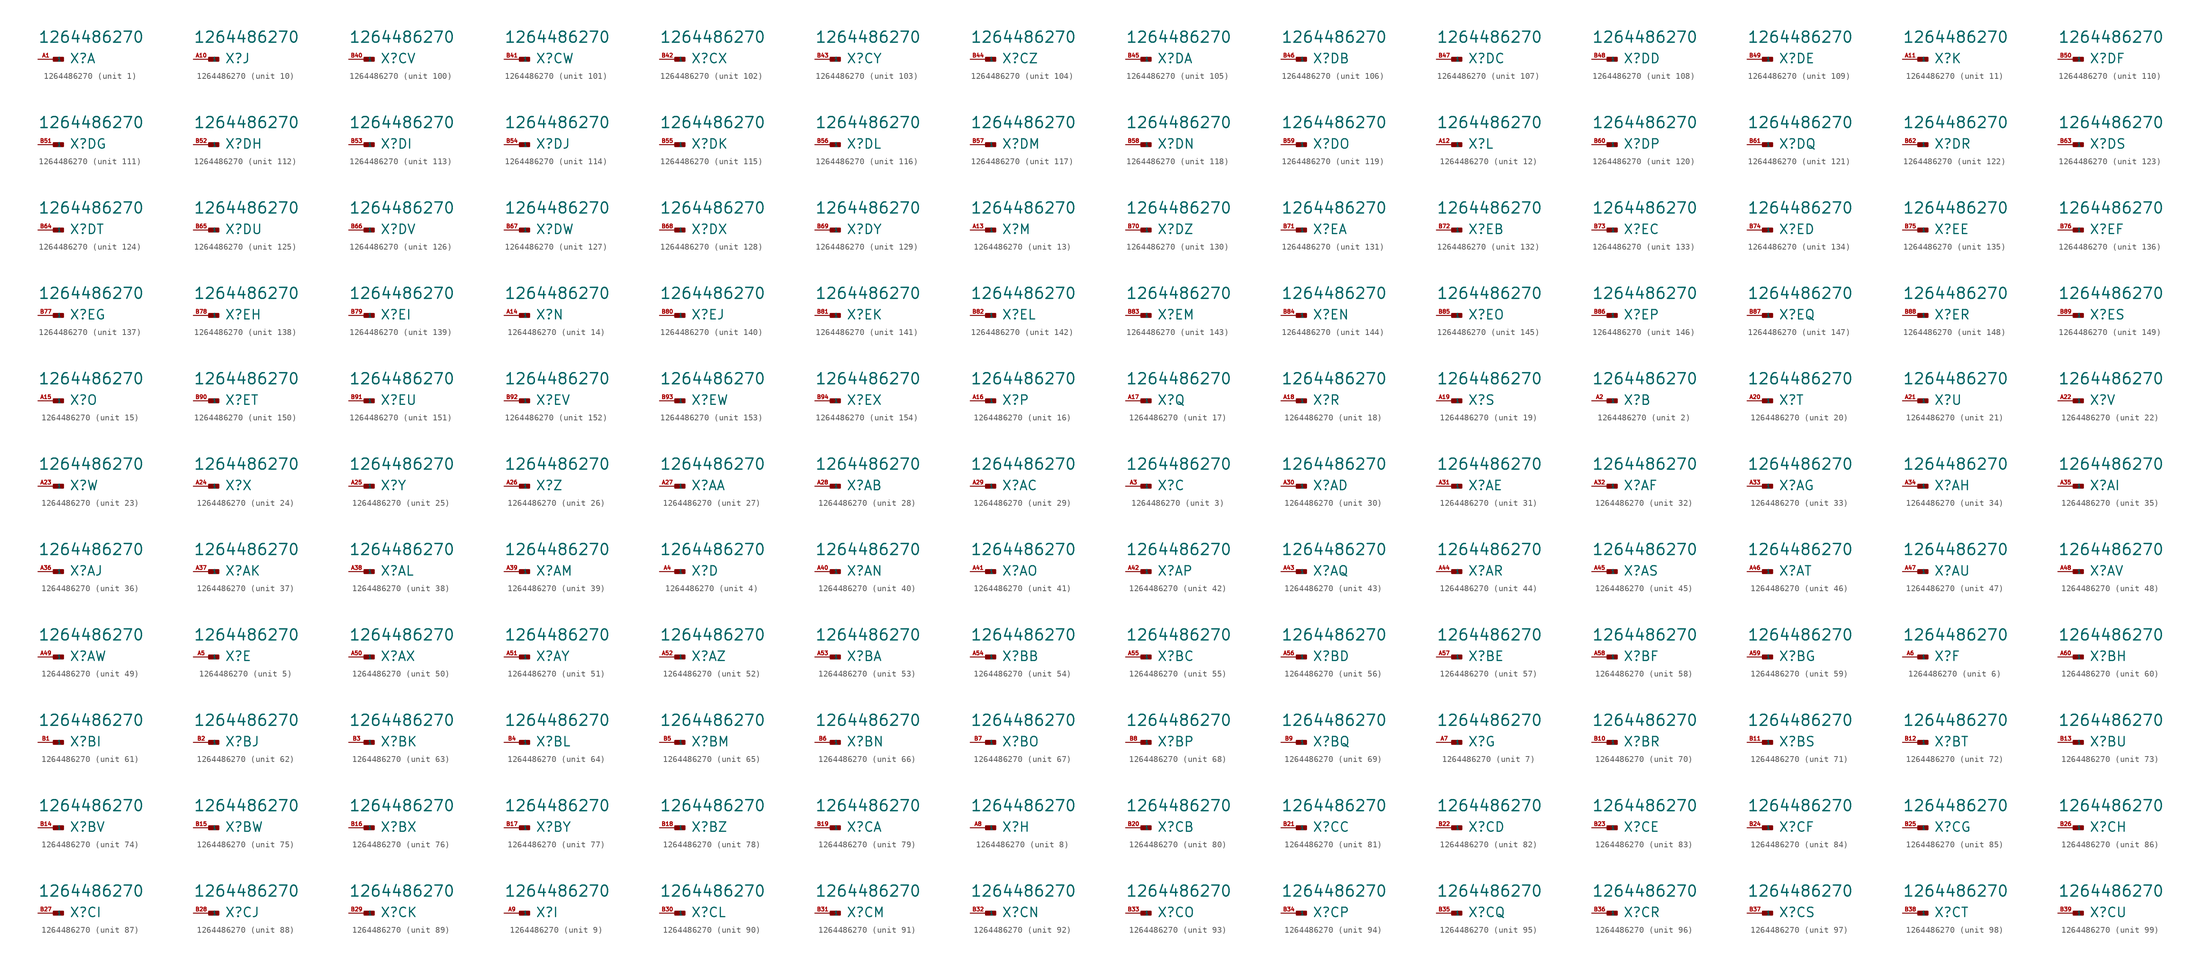
<source format=kicad_sym>
(kicad_symbol_lib
  (version 20220914)
  (generator Eagle2Kicad)
  (symbol "1264486270"
    (property "Reference" "X"
      (at 2.54 -0.762 0)
      (effects (font (size 1.524 1.524) (thickness 0.19)) (justify left bottom)))
    (property "Value" "1264486270"
      (at -2.54 2.54 0)
      (effects (font (size 1.778 1.778) (thickness 0.22)) (justify left bottom)))
    (symbol "1264486270_1_0"
      (rectangle (start 0 -0.254) (end 1.524 0.254) (stroke (width 0.3) (type default)) (fill (type outline)))
      (pin passive line (at -2.54 0 0) (length 2.54) (name "1" (effects (font (size 0.635 0.635) (thickness 0.08)) (justify left bottom))) (number "A1" (effects (font (size 0.635 0.635) (thickness 0.08)) (justify left bottom)))))
    (symbol "1264486270_2_0"
      (rectangle (start 0 -0.254) (end 1.524 0.254) (stroke (width 0.3) (type default)) (fill (type outline)))
      (pin passive line (at -2.54 0 0) (length 2.54) (name "1" (effects (font (size 0.635 0.635) (thickness 0.08)) (justify left bottom))) (number "A2" (effects (font (size 0.635 0.635) (thickness 0.08)) (justify left bottom)))))
    (symbol "1264486270_3_0"
      (rectangle (start 0 -0.254) (end 1.524 0.254) (stroke (width 0.3) (type default)) (fill (type outline)))
      (pin passive line (at -2.54 0 0) (length 2.54) (name "1" (effects (font (size 0.635 0.635) (thickness 0.08)) (justify left bottom))) (number "A3" (effects (font (size 0.635 0.635) (thickness 0.08)) (justify left bottom)))))
    (symbol "1264486270_4_0"
      (rectangle (start 0 -0.254) (end 1.524 0.254) (stroke (width 0.3) (type default)) (fill (type outline)))
      (pin passive line (at -2.54 0 0) (length 2.54) (name "1" (effects (font (size 0.635 0.635) (thickness 0.08)) (justify left bottom))) (number "A4" (effects (font (size 0.635 0.635) (thickness 0.08)) (justify left bottom)))))
    (symbol "1264486270_5_0"
      (rectangle (start 0 -0.254) (end 1.524 0.254) (stroke (width 0.3) (type default)) (fill (type outline)))
      (pin passive line (at -2.54 0 0) (length 2.54) (name "1" (effects (font (size 0.635 0.635) (thickness 0.08)) (justify left bottom))) (number "A5" (effects (font (size 0.635 0.635) (thickness 0.08)) (justify left bottom)))))
    (symbol "1264486270_6_0"
      (rectangle (start 0 -0.254) (end 1.524 0.254) (stroke (width 0.3) (type default)) (fill (type outline)))
      (pin passive line (at -2.54 0 0) (length 2.54) (name "1" (effects (font (size 0.635 0.635) (thickness 0.08)) (justify left bottom))) (number "A6" (effects (font (size 0.635 0.635) (thickness 0.08)) (justify left bottom)))))
    (symbol "1264486270_7_0"
      (rectangle (start 0 -0.254) (end 1.524 0.254) (stroke (width 0.3) (type default)) (fill (type outline)))
      (pin passive line (at -2.54 0 0) (length 2.54) (name "1" (effects (font (size 0.635 0.635) (thickness 0.08)) (justify left bottom))) (number "A7" (effects (font (size 0.635 0.635) (thickness 0.08)) (justify left bottom)))))
    (symbol "1264486270_8_0"
      (rectangle (start 0 -0.254) (end 1.524 0.254) (stroke (width 0.3) (type default)) (fill (type outline)))
      (pin passive line (at -2.54 0 0) (length 2.54) (name "1" (effects (font (size 0.635 0.635) (thickness 0.08)) (justify left bottom))) (number "A8" (effects (font (size 0.635 0.635) (thickness 0.08)) (justify left bottom)))))
    (symbol "1264486270_9_0"
      (rectangle (start 0 -0.254) (end 1.524 0.254) (stroke (width 0.3) (type default)) (fill (type outline)))
      (pin passive line (at -2.54 0 0) (length 2.54) (name "1" (effects (font (size 0.635 0.635) (thickness 0.08)) (justify left bottom))) (number "A9" (effects (font (size 0.635 0.635) (thickness 0.08)) (justify left bottom)))))
    (symbol "1264486270_10_0"
      (rectangle (start 0 -0.254) (end 1.524 0.254) (stroke (width 0.3) (type default)) (fill (type outline)))
      (pin passive line (at -2.54 0 0) (length 2.54) (name "1" (effects (font (size 0.635 0.635) (thickness 0.08)) (justify left bottom))) (number "A10" (effects (font (size 0.635 0.635) (thickness 0.08)) (justify left bottom)))))
    (symbol "1264486270_11_0"
      (rectangle (start 0 -0.254) (end 1.524 0.254) (stroke (width 0.3) (type default)) (fill (type outline)))
      (pin passive line (at -2.54 0 0) (length 2.54) (name "1" (effects (font (size 0.635 0.635) (thickness 0.08)) (justify left bottom))) (number "A11" (effects (font (size 0.635 0.635) (thickness 0.08)) (justify left bottom)))))
    (symbol "1264486270_12_0"
      (rectangle (start 0 -0.254) (end 1.524 0.254) (stroke (width 0.3) (type default)) (fill (type outline)))
      (pin passive line (at -2.54 0 0) (length 2.54) (name "1" (effects (font (size 0.635 0.635) (thickness 0.08)) (justify left bottom))) (number "A12" (effects (font (size 0.635 0.635) (thickness 0.08)) (justify left bottom)))))
    (symbol "1264486270_13_0"
      (rectangle (start 0 -0.254) (end 1.524 0.254) (stroke (width 0.3) (type default)) (fill (type outline)))
      (pin passive line (at -2.54 0 0) (length 2.54) (name "1" (effects (font (size 0.635 0.635) (thickness 0.08)) (justify left bottom))) (number "A13" (effects (font (size 0.635 0.635) (thickness 0.08)) (justify left bottom)))))
    (symbol "1264486270_14_0"
      (rectangle (start 0 -0.254) (end 1.524 0.254) (stroke (width 0.3) (type default)) (fill (type outline)))
      (pin passive line (at -2.54 0 0) (length 2.54) (name "1" (effects (font (size 0.635 0.635) (thickness 0.08)) (justify left bottom))) (number "A14" (effects (font (size 0.635 0.635) (thickness 0.08)) (justify left bottom)))))
    (symbol "1264486270_15_0"
      (rectangle (start 0 -0.254) (end 1.524 0.254) (stroke (width 0.3) (type default)) (fill (type outline)))
      (pin passive line (at -2.54 0 0) (length 2.54) (name "1" (effects (font (size 0.635 0.635) (thickness 0.08)) (justify left bottom))) (number "A15" (effects (font (size 0.635 0.635) (thickness 0.08)) (justify left bottom)))))
    (symbol "1264486270_16_0"
      (rectangle (start 0 -0.254) (end 1.524 0.254) (stroke (width 0.3) (type default)) (fill (type outline)))
      (pin passive line (at -2.54 0 0) (length 2.54) (name "1" (effects (font (size 0.635 0.635) (thickness 0.08)) (justify left bottom))) (number "A16" (effects (font (size 0.635 0.635) (thickness 0.08)) (justify left bottom)))))
    (symbol "1264486270_17_0"
      (rectangle (start 0 -0.254) (end 1.524 0.254) (stroke (width 0.3) (type default)) (fill (type outline)))
      (pin passive line (at -2.54 0 0) (length 2.54) (name "1" (effects (font (size 0.635 0.635) (thickness 0.08)) (justify left bottom))) (number "A17" (effects (font (size 0.635 0.635) (thickness 0.08)) (justify left bottom)))))
    (symbol "1264486270_18_0"
      (rectangle (start 0 -0.254) (end 1.524 0.254) (stroke (width 0.3) (type default)) (fill (type outline)))
      (pin passive line (at -2.54 0 0) (length 2.54) (name "1" (effects (font (size 0.635 0.635) (thickness 0.08)) (justify left bottom))) (number "A18" (effects (font (size 0.635 0.635) (thickness 0.08)) (justify left bottom)))))
    (symbol "1264486270_19_0"
      (rectangle (start 0 -0.254) (end 1.524 0.254) (stroke (width 0.3) (type default)) (fill (type outline)))
      (pin passive line (at -2.54 0 0) (length 2.54) (name "1" (effects (font (size 0.635 0.635) (thickness 0.08)) (justify left bottom))) (number "A19" (effects (font (size 0.635 0.635) (thickness 0.08)) (justify left bottom)))))
    (symbol "1264486270_20_0"
      (rectangle (start 0 -0.254) (end 1.524 0.254) (stroke (width 0.3) (type default)) (fill (type outline)))
      (pin passive line (at -2.54 0 0) (length 2.54) (name "1" (effects (font (size 0.635 0.635) (thickness 0.08)) (justify left bottom))) (number "A20" (effects (font (size 0.635 0.635) (thickness 0.08)) (justify left bottom)))))
    (symbol "1264486270_21_0"
      (rectangle (start 0 -0.254) (end 1.524 0.254) (stroke (width 0.3) (type default)) (fill (type outline)))
      (pin passive line (at -2.54 0 0) (length 2.54) (name "1" (effects (font (size 0.635 0.635) (thickness 0.08)) (justify left bottom))) (number "A21" (effects (font (size 0.635 0.635) (thickness 0.08)) (justify left bottom)))))
    (symbol "1264486270_22_0"
      (rectangle (start 0 -0.254) (end 1.524 0.254) (stroke (width 0.3) (type default)) (fill (type outline)))
      (pin passive line (at -2.54 0 0) (length 2.54) (name "1" (effects (font (size 0.635 0.635) (thickness 0.08)) (justify left bottom))) (number "A22" (effects (font (size 0.635 0.635) (thickness 0.08)) (justify left bottom)))))
    (symbol "1264486270_23_0"
      (rectangle (start 0 -0.254) (end 1.524 0.254) (stroke (width 0.3) (type default)) (fill (type outline)))
      (pin passive line (at -2.54 0 0) (length 2.54) (name "1" (effects (font (size 0.635 0.635) (thickness 0.08)) (justify left bottom))) (number "A23" (effects (font (size 0.635 0.635) (thickness 0.08)) (justify left bottom)))))
    (symbol "1264486270_24_0"
      (rectangle (start 0 -0.254) (end 1.524 0.254) (stroke (width 0.3) (type default)) (fill (type outline)))
      (pin passive line (at -2.54 0 0) (length 2.54) (name "1" (effects (font (size 0.635 0.635) (thickness 0.08)) (justify left bottom))) (number "A24" (effects (font (size 0.635 0.635) (thickness 0.08)) (justify left bottom)))))
    (symbol "1264486270_25_0"
      (rectangle (start 0 -0.254) (end 1.524 0.254) (stroke (width 0.3) (type default)) (fill (type outline)))
      (pin passive line (at -2.54 0 0) (length 2.54) (name "1" (effects (font (size 0.635 0.635) (thickness 0.08)) (justify left bottom))) (number "A25" (effects (font (size 0.635 0.635) (thickness 0.08)) (justify left bottom)))))
    (symbol "1264486270_26_0"
      (rectangle (start 0 -0.254) (end 1.524 0.254) (stroke (width 0.3) (type default)) (fill (type outline)))
      (pin passive line (at -2.54 0 0) (length 2.54) (name "1" (effects (font (size 0.635 0.635) (thickness 0.08)) (justify left bottom))) (number "A26" (effects (font (size 0.635 0.635) (thickness 0.08)) (justify left bottom)))))
    (symbol "1264486270_27_0"
      (rectangle (start 0 -0.254) (end 1.524 0.254) (stroke (width 0.3) (type default)) (fill (type outline)))
      (pin passive line (at -2.54 0 0) (length 2.54) (name "1" (effects (font (size 0.635 0.635) (thickness 0.08)) (justify left bottom))) (number "A27" (effects (font (size 0.635 0.635) (thickness 0.08)) (justify left bottom)))))
    (symbol "1264486270_28_0"
      (rectangle (start 0 -0.254) (end 1.524 0.254) (stroke (width 0.3) (type default)) (fill (type outline)))
      (pin passive line (at -2.54 0 0) (length 2.54) (name "1" (effects (font (size 0.635 0.635) (thickness 0.08)) (justify left bottom))) (number "A28" (effects (font (size 0.635 0.635) (thickness 0.08)) (justify left bottom)))))
    (symbol "1264486270_29_0"
      (rectangle (start 0 -0.254) (end 1.524 0.254) (stroke (width 0.3) (type default)) (fill (type outline)))
      (pin passive line (at -2.54 0 0) (length 2.54) (name "1" (effects (font (size 0.635 0.635) (thickness 0.08)) (justify left bottom))) (number "A29" (effects (font (size 0.635 0.635) (thickness 0.08)) (justify left bottom)))))
    (symbol "1264486270_30_0"
      (rectangle (start 0 -0.254) (end 1.524 0.254) (stroke (width 0.3) (type default)) (fill (type outline)))
      (pin passive line (at -2.54 0 0) (length 2.54) (name "1" (effects (font (size 0.635 0.635) (thickness 0.08)) (justify left bottom))) (number "A30" (effects (font (size 0.635 0.635) (thickness 0.08)) (justify left bottom)))))
    (symbol "1264486270_31_0"
      (rectangle (start 0 -0.254) (end 1.524 0.254) (stroke (width 0.3) (type default)) (fill (type outline)))
      (pin passive line (at -2.54 0 0) (length 2.54) (name "1" (effects (font (size 0.635 0.635) (thickness 0.08)) (justify left bottom))) (number "A31" (effects (font (size 0.635 0.635) (thickness 0.08)) (justify left bottom)))))
    (symbol "1264486270_32_0"
      (rectangle (start 0 -0.254) (end 1.524 0.254) (stroke (width 0.3) (type default)) (fill (type outline)))
      (pin passive line (at -2.54 0 0) (length 2.54) (name "1" (effects (font (size 0.635 0.635) (thickness 0.08)) (justify left bottom))) (number "A32" (effects (font (size 0.635 0.635) (thickness 0.08)) (justify left bottom)))))
    (symbol "1264486270_33_0"
      (rectangle (start 0 -0.254) (end 1.524 0.254) (stroke (width 0.3) (type default)) (fill (type outline)))
      (pin passive line (at -2.54 0 0) (length 2.54) (name "1" (effects (font (size 0.635 0.635) (thickness 0.08)) (justify left bottom))) (number "A33" (effects (font (size 0.635 0.635) (thickness 0.08)) (justify left bottom)))))
    (symbol "1264486270_34_0"
      (rectangle (start 0 -0.254) (end 1.524 0.254) (stroke (width 0.3) (type default)) (fill (type outline)))
      (pin passive line (at -2.54 0 0) (length 2.54) (name "1" (effects (font (size 0.635 0.635) (thickness 0.08)) (justify left bottom))) (number "A34" (effects (font (size 0.635 0.635) (thickness 0.08)) (justify left bottom)))))
    (symbol "1264486270_35_0"
      (rectangle (start 0 -0.254) (end 1.524 0.254) (stroke (width 0.3) (type default)) (fill (type outline)))
      (pin passive line (at -2.54 0 0) (length 2.54) (name "1" (effects (font (size 0.635 0.635) (thickness 0.08)) (justify left bottom))) (number "A35" (effects (font (size 0.635 0.635) (thickness 0.08)) (justify left bottom)))))
    (symbol "1264486270_36_0"
      (rectangle (start 0 -0.254) (end 1.524 0.254) (stroke (width 0.3) (type default)) (fill (type outline)))
      (pin passive line (at -2.54 0 0) (length 2.54) (name "1" (effects (font (size 0.635 0.635) (thickness 0.08)) (justify left bottom))) (number "A36" (effects (font (size 0.635 0.635) (thickness 0.08)) (justify left bottom)))))
    (symbol "1264486270_37_0"
      (rectangle (start 0 -0.254) (end 1.524 0.254) (stroke (width 0.3) (type default)) (fill (type outline)))
      (pin passive line (at -2.54 0 0) (length 2.54) (name "1" (effects (font (size 0.635 0.635) (thickness 0.08)) (justify left bottom))) (number "A37" (effects (font (size 0.635 0.635) (thickness 0.08)) (justify left bottom)))))
    (symbol "1264486270_38_0"
      (rectangle (start 0 -0.254) (end 1.524 0.254) (stroke (width 0.3) (type default)) (fill (type outline)))
      (pin passive line (at -2.54 0 0) (length 2.54) (name "1" (effects (font (size 0.635 0.635) (thickness 0.08)) (justify left bottom))) (number "A38" (effects (font (size 0.635 0.635) (thickness 0.08)) (justify left bottom)))))
    (symbol "1264486270_39_0"
      (rectangle (start 0 -0.254) (end 1.524 0.254) (stroke (width 0.3) (type default)) (fill (type outline)))
      (pin passive line (at -2.54 0 0) (length 2.54) (name "1" (effects (font (size 0.635 0.635) (thickness 0.08)) (justify left bottom))) (number "A39" (effects (font (size 0.635 0.635) (thickness 0.08)) (justify left bottom)))))
    (symbol "1264486270_40_0"
      (rectangle (start 0 -0.254) (end 1.524 0.254) (stroke (width 0.3) (type default)) (fill (type outline)))
      (pin passive line (at -2.54 0 0) (length 2.54) (name "1" (effects (font (size 0.635 0.635) (thickness 0.08)) (justify left bottom))) (number "A40" (effects (font (size 0.635 0.635) (thickness 0.08)) (justify left bottom)))))
    (symbol "1264486270_41_0"
      (rectangle (start 0 -0.254) (end 1.524 0.254) (stroke (width 0.3) (type default)) (fill (type outline)))
      (pin passive line (at -2.54 0 0) (length 2.54) (name "1" (effects (font (size 0.635 0.635) (thickness 0.08)) (justify left bottom))) (number "A41" (effects (font (size 0.635 0.635) (thickness 0.08)) (justify left bottom)))))
    (symbol "1264486270_42_0"
      (rectangle (start 0 -0.254) (end 1.524 0.254) (stroke (width 0.3) (type default)) (fill (type outline)))
      (pin passive line (at -2.54 0 0) (length 2.54) (name "1" (effects (font (size 0.635 0.635) (thickness 0.08)) (justify left bottom))) (number "A42" (effects (font (size 0.635 0.635) (thickness 0.08)) (justify left bottom)))))
    (symbol "1264486270_43_0"
      (rectangle (start 0 -0.254) (end 1.524 0.254) (stroke (width 0.3) (type default)) (fill (type outline)))
      (pin passive line (at -2.54 0 0) (length 2.54) (name "1" (effects (font (size 0.635 0.635) (thickness 0.08)) (justify left bottom))) (number "A43" (effects (font (size 0.635 0.635) (thickness 0.08)) (justify left bottom)))))
    (symbol "1264486270_44_0"
      (rectangle (start 0 -0.254) (end 1.524 0.254) (stroke (width 0.3) (type default)) (fill (type outline)))
      (pin passive line (at -2.54 0 0) (length 2.54) (name "1" (effects (font (size 0.635 0.635) (thickness 0.08)) (justify left bottom))) (number "A44" (effects (font (size 0.635 0.635) (thickness 0.08)) (justify left bottom)))))
    (symbol "1264486270_45_0"
      (rectangle (start 0 -0.254) (end 1.524 0.254) (stroke (width 0.3) (type default)) (fill (type outline)))
      (pin passive line (at -2.54 0 0) (length 2.54) (name "1" (effects (font (size 0.635 0.635) (thickness 0.08)) (justify left bottom))) (number "A45" (effects (font (size 0.635 0.635) (thickness 0.08)) (justify left bottom)))))
    (symbol "1264486270_46_0"
      (rectangle (start 0 -0.254) (end 1.524 0.254) (stroke (width 0.3) (type default)) (fill (type outline)))
      (pin passive line (at -2.54 0 0) (length 2.54) (name "1" (effects (font (size 0.635 0.635) (thickness 0.08)) (justify left bottom))) (number "A46" (effects (font (size 0.635 0.635) (thickness 0.08)) (justify left bottom)))))
    (symbol "1264486270_47_0"
      (rectangle (start 0 -0.254) (end 1.524 0.254) (stroke (width 0.3) (type default)) (fill (type outline)))
      (pin passive line (at -2.54 0 0) (length 2.54) (name "1" (effects (font (size 0.635 0.635) (thickness 0.08)) (justify left bottom))) (number "A47" (effects (font (size 0.635 0.635) (thickness 0.08)) (justify left bottom)))))
    (symbol "1264486270_48_0"
      (rectangle (start 0 -0.254) (end 1.524 0.254) (stroke (width 0.3) (type default)) (fill (type outline)))
      (pin passive line (at -2.54 0 0) (length 2.54) (name "1" (effects (font (size 0.635 0.635) (thickness 0.08)) (justify left bottom))) (number "A48" (effects (font (size 0.635 0.635) (thickness 0.08)) (justify left bottom)))))
    (symbol "1264486270_49_0"
      (rectangle (start 0 -0.254) (end 1.524 0.254) (stroke (width 0.3) (type default)) (fill (type outline)))
      (pin passive line (at -2.54 0 0) (length 2.54) (name "1" (effects (font (size 0.635 0.635) (thickness 0.08)) (justify left bottom))) (number "A49" (effects (font (size 0.635 0.635) (thickness 0.08)) (justify left bottom)))))
    (symbol "1264486270_50_0"
      (rectangle (start 0 -0.254) (end 1.524 0.254) (stroke (width 0.3) (type default)) (fill (type outline)))
      (pin passive line (at -2.54 0 0) (length 2.54) (name "1" (effects (font (size 0.635 0.635) (thickness 0.08)) (justify left bottom))) (number "A50" (effects (font (size 0.635 0.635) (thickness 0.08)) (justify left bottom)))))
    (symbol "1264486270_51_0"
      (rectangle (start 0 -0.254) (end 1.524 0.254) (stroke (width 0.3) (type default)) (fill (type outline)))
      (pin passive line (at -2.54 0 0) (length 2.54) (name "1" (effects (font (size 0.635 0.635) (thickness 0.08)) (justify left bottom))) (number "A51" (effects (font (size 0.635 0.635) (thickness 0.08)) (justify left bottom)))))
    (symbol "1264486270_52_0"
      (rectangle (start 0 -0.254) (end 1.524 0.254) (stroke (width 0.3) (type default)) (fill (type outline)))
      (pin passive line (at -2.54 0 0) (length 2.54) (name "1" (effects (font (size 0.635 0.635) (thickness 0.08)) (justify left bottom))) (number "A52" (effects (font (size 0.635 0.635) (thickness 0.08)) (justify left bottom)))))
    (symbol "1264486270_53_0"
      (rectangle (start 0 -0.254) (end 1.524 0.254) (stroke (width 0.3) (type default)) (fill (type outline)))
      (pin passive line (at -2.54 0 0) (length 2.54) (name "1" (effects (font (size 0.635 0.635) (thickness 0.08)) (justify left bottom))) (number "A53" (effects (font (size 0.635 0.635) (thickness 0.08)) (justify left bottom)))))
    (symbol "1264486270_54_0"
      (rectangle (start 0 -0.254) (end 1.524 0.254) (stroke (width 0.3) (type default)) (fill (type outline)))
      (pin passive line (at -2.54 0 0) (length 2.54) (name "1" (effects (font (size 0.635 0.635) (thickness 0.08)) (justify left bottom))) (number "A54" (effects (font (size 0.635 0.635) (thickness 0.08)) (justify left bottom)))))
    (symbol "1264486270_55_0"
      (rectangle (start 0 -0.254) (end 1.524 0.254) (stroke (width 0.3) (type default)) (fill (type outline)))
      (pin passive line (at -2.54 0 0) (length 2.54) (name "1" (effects (font (size 0.635 0.635) (thickness 0.08)) (justify left bottom))) (number "A55" (effects (font (size 0.635 0.635) (thickness 0.08)) (justify left bottom)))))
    (symbol "1264486270_56_0"
      (rectangle (start 0 -0.254) (end 1.524 0.254) (stroke (width 0.3) (type default)) (fill (type outline)))
      (pin passive line (at -2.54 0 0) (length 2.54) (name "1" (effects (font (size 0.635 0.635) (thickness 0.08)) (justify left bottom))) (number "A56" (effects (font (size 0.635 0.635) (thickness 0.08)) (justify left bottom)))))
    (symbol "1264486270_57_0"
      (rectangle (start 0 -0.254) (end 1.524 0.254) (stroke (width 0.3) (type default)) (fill (type outline)))
      (pin passive line (at -2.54 0 0) (length 2.54) (name "1" (effects (font (size 0.635 0.635) (thickness 0.08)) (justify left bottom))) (number "A57" (effects (font (size 0.635 0.635) (thickness 0.08)) (justify left bottom)))))
    (symbol "1264486270_58_0"
      (rectangle (start 0 -0.254) (end 1.524 0.254) (stroke (width 0.3) (type default)) (fill (type outline)))
      (pin passive line (at -2.54 0 0) (length 2.54) (name "1" (effects (font (size 0.635 0.635) (thickness 0.08)) (justify left bottom))) (number "A58" (effects (font (size 0.635 0.635) (thickness 0.08)) (justify left bottom)))))
    (symbol "1264486270_59_0"
      (rectangle (start 0 -0.254) (end 1.524 0.254) (stroke (width 0.3) (type default)) (fill (type outline)))
      (pin passive line (at -2.54 0 0) (length 2.54) (name "1" (effects (font (size 0.635 0.635) (thickness 0.08)) (justify left bottom))) (number "A59" (effects (font (size 0.635 0.635) (thickness 0.08)) (justify left bottom)))))
    (symbol "1264486270_60_0"
      (rectangle (start 0 -0.254) (end 1.524 0.254) (stroke (width 0.3) (type default)) (fill (type outline)))
      (pin passive line (at -2.54 0 0) (length 2.54) (name "1" (effects (font (size 0.635 0.635) (thickness 0.08)) (justify left bottom))) (number "A60" (effects (font (size 0.635 0.635) (thickness 0.08)) (justify left bottom)))))
    (symbol "1264486270_61_0"
      (rectangle (start 0 -0.254) (end 1.524 0.254) (stroke (width 0.3) (type default)) (fill (type outline)))
      (pin passive line (at -2.54 0 0) (length 2.54) (name "1" (effects (font (size 0.635 0.635) (thickness 0.08)) (justify left bottom))) (number "B1" (effects (font (size 0.635 0.635) (thickness 0.08)) (justify left bottom)))))
    (symbol "1264486270_62_0"
      (rectangle (start 0 -0.254) (end 1.524 0.254) (stroke (width 0.3) (type default)) (fill (type outline)))
      (pin passive line (at -2.54 0 0) (length 2.54) (name "1" (effects (font (size 0.635 0.635) (thickness 0.08)) (justify left bottom))) (number "B2" (effects (font (size 0.635 0.635) (thickness 0.08)) (justify left bottom)))))
    (symbol "1264486270_63_0"
      (rectangle (start 0 -0.254) (end 1.524 0.254) (stroke (width 0.3) (type default)) (fill (type outline)))
      (pin passive line (at -2.54 0 0) (length 2.54) (name "1" (effects (font (size 0.635 0.635) (thickness 0.08)) (justify left bottom))) (number "B3" (effects (font (size 0.635 0.635) (thickness 0.08)) (justify left bottom)))))
    (symbol "1264486270_64_0"
      (rectangle (start 0 -0.254) (end 1.524 0.254) (stroke (width 0.3) (type default)) (fill (type outline)))
      (pin passive line (at -2.54 0 0) (length 2.54) (name "1" (effects (font (size 0.635 0.635) (thickness 0.08)) (justify left bottom))) (number "B4" (effects (font (size 0.635 0.635) (thickness 0.08)) (justify left bottom)))))
    (symbol "1264486270_65_0"
      (rectangle (start 0 -0.254) (end 1.524 0.254) (stroke (width 0.3) (type default)) (fill (type outline)))
      (pin passive line (at -2.54 0 0) (length 2.54) (name "1" (effects (font (size 0.635 0.635) (thickness 0.08)) (justify left bottom))) (number "B5" (effects (font (size 0.635 0.635) (thickness 0.08)) (justify left bottom)))))
    (symbol "1264486270_66_0"
      (rectangle (start 0 -0.254) (end 1.524 0.254) (stroke (width 0.3) (type default)) (fill (type outline)))
      (pin passive line (at -2.54 0 0) (length 2.54) (name "1" (effects (font (size 0.635 0.635) (thickness 0.08)) (justify left bottom))) (number "B6" (effects (font (size 0.635 0.635) (thickness 0.08)) (justify left bottom)))))
    (symbol "1264486270_67_0"
      (rectangle (start 0 -0.254) (end 1.524 0.254) (stroke (width 0.3) (type default)) (fill (type outline)))
      (pin passive line (at -2.54 0 0) (length 2.54) (name "1" (effects (font (size 0.635 0.635) (thickness 0.08)) (justify left bottom))) (number "B7" (effects (font (size 0.635 0.635) (thickness 0.08)) (justify left bottom)))))
    (symbol "1264486270_68_0"
      (rectangle (start 0 -0.254) (end 1.524 0.254) (stroke (width 0.3) (type default)) (fill (type outline)))
      (pin passive line (at -2.54 0 0) (length 2.54) (name "1" (effects (font (size 0.635 0.635) (thickness 0.08)) (justify left bottom))) (number "B8" (effects (font (size 0.635 0.635) (thickness 0.08)) (justify left bottom)))))
    (symbol "1264486270_69_0"
      (rectangle (start 0 -0.254) (end 1.524 0.254) (stroke (width 0.3) (type default)) (fill (type outline)))
      (pin passive line (at -2.54 0 0) (length 2.54) (name "1" (effects (font (size 0.635 0.635) (thickness 0.08)) (justify left bottom))) (number "B9" (effects (font (size 0.635 0.635) (thickness 0.08)) (justify left bottom)))))
    (symbol "1264486270_70_0"
      (rectangle (start 0 -0.254) (end 1.524 0.254) (stroke (width 0.3) (type default)) (fill (type outline)))
      (pin passive line (at -2.54 0 0) (length 2.54) (name "1" (effects (font (size 0.635 0.635) (thickness 0.08)) (justify left bottom))) (number "B10" (effects (font (size 0.635 0.635) (thickness 0.08)) (justify left bottom)))))
    (symbol "1264486270_71_0"
      (rectangle (start 0 -0.254) (end 1.524 0.254) (stroke (width 0.3) (type default)) (fill (type outline)))
      (pin passive line (at -2.54 0 0) (length 2.54) (name "1" (effects (font (size 0.635 0.635) (thickness 0.08)) (justify left bottom))) (number "B11" (effects (font (size 0.635 0.635) (thickness 0.08)) (justify left bottom)))))
    (symbol "1264486270_72_0"
      (rectangle (start 0 -0.254) (end 1.524 0.254) (stroke (width 0.3) (type default)) (fill (type outline)))
      (pin passive line (at -2.54 0 0) (length 2.54) (name "1" (effects (font (size 0.635 0.635) (thickness 0.08)) (justify left bottom))) (number "B12" (effects (font (size 0.635 0.635) (thickness 0.08)) (justify left bottom)))))
    (symbol "1264486270_73_0"
      (rectangle (start 0 -0.254) (end 1.524 0.254) (stroke (width 0.3) (type default)) (fill (type outline)))
      (pin passive line (at -2.54 0 0) (length 2.54) (name "1" (effects (font (size 0.635 0.635) (thickness 0.08)) (justify left bottom))) (number "B13" (effects (font (size 0.635 0.635) (thickness 0.08)) (justify left bottom)))))
    (symbol "1264486270_74_0"
      (rectangle (start 0 -0.254) (end 1.524 0.254) (stroke (width 0.3) (type default)) (fill (type outline)))
      (pin passive line (at -2.54 0 0) (length 2.54) (name "1" (effects (font (size 0.635 0.635) (thickness 0.08)) (justify left bottom))) (number "B14" (effects (font (size 0.635 0.635) (thickness 0.08)) (justify left bottom)))))
    (symbol "1264486270_75_0"
      (rectangle (start 0 -0.254) (end 1.524 0.254) (stroke (width 0.3) (type default)) (fill (type outline)))
      (pin passive line (at -2.54 0 0) (length 2.54) (name "1" (effects (font (size 0.635 0.635) (thickness 0.08)) (justify left bottom))) (number "B15" (effects (font (size 0.635 0.635) (thickness 0.08)) (justify left bottom)))))
    (symbol "1264486270_76_0"
      (rectangle (start 0 -0.254) (end 1.524 0.254) (stroke (width 0.3) (type default)) (fill (type outline)))
      (pin passive line (at -2.54 0 0) (length 2.54) (name "1" (effects (font (size 0.635 0.635) (thickness 0.08)) (justify left bottom))) (number "B16" (effects (font (size 0.635 0.635) (thickness 0.08)) (justify left bottom)))))
    (symbol "1264486270_77_0"
      (rectangle (start 0 -0.254) (end 1.524 0.254) (stroke (width 0.3) (type default)) (fill (type outline)))
      (pin passive line (at -2.54 0 0) (length 2.54) (name "1" (effects (font (size 0.635 0.635) (thickness 0.08)) (justify left bottom))) (number "B17" (effects (font (size 0.635 0.635) (thickness 0.08)) (justify left bottom)))))
    (symbol "1264486270_78_0"
      (rectangle (start 0 -0.254) (end 1.524 0.254) (stroke (width 0.3) (type default)) (fill (type outline)))
      (pin passive line (at -2.54 0 0) (length 2.54) (name "1" (effects (font (size 0.635 0.635) (thickness 0.08)) (justify left bottom))) (number "B18" (effects (font (size 0.635 0.635) (thickness 0.08)) (justify left bottom)))))
    (symbol "1264486270_79_0"
      (rectangle (start 0 -0.254) (end 1.524 0.254) (stroke (width 0.3) (type default)) (fill (type outline)))
      (pin passive line (at -2.54 0 0) (length 2.54) (name "1" (effects (font (size 0.635 0.635) (thickness 0.08)) (justify left bottom))) (number "B19" (effects (font (size 0.635 0.635) (thickness 0.08)) (justify left bottom)))))
    (symbol "1264486270_80_0"
      (rectangle (start 0 -0.254) (end 1.524 0.254) (stroke (width 0.3) (type default)) (fill (type outline)))
      (pin passive line (at -2.54 0 0) (length 2.54) (name "1" (effects (font (size 0.635 0.635) (thickness 0.08)) (justify left bottom))) (number "B20" (effects (font (size 0.635 0.635) (thickness 0.08)) (justify left bottom)))))
    (symbol "1264486270_81_0"
      (rectangle (start 0 -0.254) (end 1.524 0.254) (stroke (width 0.3) (type default)) (fill (type outline)))
      (pin passive line (at -2.54 0 0) (length 2.54) (name "1" (effects (font (size 0.635 0.635) (thickness 0.08)) (justify left bottom))) (number "B21" (effects (font (size 0.635 0.635) (thickness 0.08)) (justify left bottom)))))
    (symbol "1264486270_82_0"
      (rectangle (start 0 -0.254) (end 1.524 0.254) (stroke (width 0.3) (type default)) (fill (type outline)))
      (pin passive line (at -2.54 0 0) (length 2.54) (name "1" (effects (font (size 0.635 0.635) (thickness 0.08)) (justify left bottom))) (number "B22" (effects (font (size 0.635 0.635) (thickness 0.08)) (justify left bottom)))))
    (symbol "1264486270_83_0"
      (rectangle (start 0 -0.254) (end 1.524 0.254) (stroke (width 0.3) (type default)) (fill (type outline)))
      (pin passive line (at -2.54 0 0) (length 2.54) (name "1" (effects (font (size 0.635 0.635) (thickness 0.08)) (justify left bottom))) (number "B23" (effects (font (size 0.635 0.635) (thickness 0.08)) (justify left bottom)))))
    (symbol "1264486270_84_0"
      (rectangle (start 0 -0.254) (end 1.524 0.254) (stroke (width 0.3) (type default)) (fill (type outline)))
      (pin passive line (at -2.54 0 0) (length 2.54) (name "1" (effects (font (size 0.635 0.635) (thickness 0.08)) (justify left bottom))) (number "B24" (effects (font (size 0.635 0.635) (thickness 0.08)) (justify left bottom)))))
    (symbol "1264486270_85_0"
      (rectangle (start 0 -0.254) (end 1.524 0.254) (stroke (width 0.3) (type default)) (fill (type outline)))
      (pin passive line (at -2.54 0 0) (length 2.54) (name "1" (effects (font (size 0.635 0.635) (thickness 0.08)) (justify left bottom))) (number "B25" (effects (font (size 0.635 0.635) (thickness 0.08)) (justify left bottom)))))
    (symbol "1264486270_86_0"
      (rectangle (start 0 -0.254) (end 1.524 0.254) (stroke (width 0.3) (type default)) (fill (type outline)))
      (pin passive line (at -2.54 0 0) (length 2.54) (name "1" (effects (font (size 0.635 0.635) (thickness 0.08)) (justify left bottom))) (number "B26" (effects (font (size 0.635 0.635) (thickness 0.08)) (justify left bottom)))))
    (symbol "1264486270_87_0"
      (rectangle (start 0 -0.254) (end 1.524 0.254) (stroke (width 0.3) (type default)) (fill (type outline)))
      (pin passive line (at -2.54 0 0) (length 2.54) (name "1" (effects (font (size 0.635 0.635) (thickness 0.08)) (justify left bottom))) (number "B27" (effects (font (size 0.635 0.635) (thickness 0.08)) (justify left bottom)))))
    (symbol "1264486270_88_0"
      (rectangle (start 0 -0.254) (end 1.524 0.254) (stroke (width 0.3) (type default)) (fill (type outline)))
      (pin passive line (at -2.54 0 0) (length 2.54) (name "1" (effects (font (size 0.635 0.635) (thickness 0.08)) (justify left bottom))) (number "B28" (effects (font (size 0.635 0.635) (thickness 0.08)) (justify left bottom)))))
    (symbol "1264486270_89_0"
      (rectangle (start 0 -0.254) (end 1.524 0.254) (stroke (width 0.3) (type default)) (fill (type outline)))
      (pin passive line (at -2.54 0 0) (length 2.54) (name "1" (effects (font (size 0.635 0.635) (thickness 0.08)) (justify left bottom))) (number "B29" (effects (font (size 0.635 0.635) (thickness 0.08)) (justify left bottom)))))
    (symbol "1264486270_90_0"
      (rectangle (start 0 -0.254) (end 1.524 0.254) (stroke (width 0.3) (type default)) (fill (type outline)))
      (pin passive line (at -2.54 0 0) (length 2.54) (name "1" (effects (font (size 0.635 0.635) (thickness 0.08)) (justify left bottom))) (number "B30" (effects (font (size 0.635 0.635) (thickness 0.08)) (justify left bottom)))))
    (symbol "1264486270_91_0"
      (rectangle (start 0 -0.254) (end 1.524 0.254) (stroke (width 0.3) (type default)) (fill (type outline)))
      (pin passive line (at -2.54 0 0) (length 2.54) (name "1" (effects (font (size 0.635 0.635) (thickness 0.08)) (justify left bottom))) (number "B31" (effects (font (size 0.635 0.635) (thickness 0.08)) (justify left bottom)))))
    (symbol "1264486270_92_0"
      (rectangle (start 0 -0.254) (end 1.524 0.254) (stroke (width 0.3) (type default)) (fill (type outline)))
      (pin passive line (at -2.54 0 0) (length 2.54) (name "1" (effects (font (size 0.635 0.635) (thickness 0.08)) (justify left bottom))) (number "B32" (effects (font (size 0.635 0.635) (thickness 0.08)) (justify left bottom)))))
    (symbol "1264486270_93_0"
      (rectangle (start 0 -0.254) (end 1.524 0.254) (stroke (width 0.3) (type default)) (fill (type outline)))
      (pin passive line (at -2.54 0 0) (length 2.54) (name "1" (effects (font (size 0.635 0.635) (thickness 0.08)) (justify left bottom))) (number "B33" (effects (font (size 0.635 0.635) (thickness 0.08)) (justify left bottom)))))
    (symbol "1264486270_94_0"
      (rectangle (start 0 -0.254) (end 1.524 0.254) (stroke (width 0.3) (type default)) (fill (type outline)))
      (pin passive line (at -2.54 0 0) (length 2.54) (name "1" (effects (font (size 0.635 0.635) (thickness 0.08)) (justify left bottom))) (number "B34" (effects (font (size 0.635 0.635) (thickness 0.08)) (justify left bottom)))))
    (symbol "1264486270_95_0"
      (rectangle (start 0 -0.254) (end 1.524 0.254) (stroke (width 0.3) (type default)) (fill (type outline)))
      (pin passive line (at -2.54 0 0) (length 2.54) (name "1" (effects (font (size 0.635 0.635) (thickness 0.08)) (justify left bottom))) (number "B35" (effects (font (size 0.635 0.635) (thickness 0.08)) (justify left bottom)))))
    (symbol "1264486270_96_0"
      (rectangle (start 0 -0.254) (end 1.524 0.254) (stroke (width 0.3) (type default)) (fill (type outline)))
      (pin passive line (at -2.54 0 0) (length 2.54) (name "1" (effects (font (size 0.635 0.635) (thickness 0.08)) (justify left bottom))) (number "B36" (effects (font (size 0.635 0.635) (thickness 0.08)) (justify left bottom)))))
    (symbol "1264486270_97_0"
      (rectangle (start 0 -0.254) (end 1.524 0.254) (stroke (width 0.3) (type default)) (fill (type outline)))
      (pin passive line (at -2.54 0 0) (length 2.54) (name "1" (effects (font (size 0.635 0.635) (thickness 0.08)) (justify left bottom))) (number "B37" (effects (font (size 0.635 0.635) (thickness 0.08)) (justify left bottom)))))
    (symbol "1264486270_98_0"
      (rectangle (start 0 -0.254) (end 1.524 0.254) (stroke (width 0.3) (type default)) (fill (type outline)))
      (pin passive line (at -2.54 0 0) (length 2.54) (name "1" (effects (font (size 0.635 0.635) (thickness 0.08)) (justify left bottom))) (number "B38" (effects (font (size 0.635 0.635) (thickness 0.08)) (justify left bottom)))))
    (symbol "1264486270_99_0"
      (rectangle (start 0 -0.254) (end 1.524 0.254) (stroke (width 0.3) (type default)) (fill (type outline)))
      (pin passive line (at -2.54 0 0) (length 2.54) (name "1" (effects (font (size 0.635 0.635) (thickness 0.08)) (justify left bottom))) (number "B39" (effects (font (size 0.635 0.635) (thickness 0.08)) (justify left bottom)))))
    (symbol "1264486270_100_0"
      (rectangle (start 0 -0.254) (end 1.524 0.254) (stroke (width 0.3) (type default)) (fill (type outline)))
      (pin passive line (at -2.54 0 0) (length 2.54) (name "1" (effects (font (size 0.635 0.635) (thickness 0.08)) (justify left bottom))) (number "B40" (effects (font (size 0.635 0.635) (thickness 0.08)) (justify left bottom)))))
    (symbol "1264486270_101_0"
      (rectangle (start 0 -0.254) (end 1.524 0.254) (stroke (width 0.3) (type default)) (fill (type outline)))
      (pin passive line (at -2.54 0 0) (length 2.54) (name "1" (effects (font (size 0.635 0.635) (thickness 0.08)) (justify left bottom))) (number "B41" (effects (font (size 0.635 0.635) (thickness 0.08)) (justify left bottom)))))
    (symbol "1264486270_102_0"
      (rectangle (start 0 -0.254) (end 1.524 0.254) (stroke (width 0.3) (type default)) (fill (type outline)))
      (pin passive line (at -2.54 0 0) (length 2.54) (name "1" (effects (font (size 0.635 0.635) (thickness 0.08)) (justify left bottom))) (number "B42" (effects (font (size 0.635 0.635) (thickness 0.08)) (justify left bottom)))))
    (symbol "1264486270_103_0"
      (rectangle (start 0 -0.254) (end 1.524 0.254) (stroke (width 0.3) (type default)) (fill (type outline)))
      (pin passive line (at -2.54 0 0) (length 2.54) (name "1" (effects (font (size 0.635 0.635) (thickness 0.08)) (justify left bottom))) (number "B43" (effects (font (size 0.635 0.635) (thickness 0.08)) (justify left bottom)))))
    (symbol "1264486270_104_0"
      (rectangle (start 0 -0.254) (end 1.524 0.254) (stroke (width 0.3) (type default)) (fill (type outline)))
      (pin passive line (at -2.54 0 0) (length 2.54) (name "1" (effects (font (size 0.635 0.635) (thickness 0.08)) (justify left bottom))) (number "B44" (effects (font (size 0.635 0.635) (thickness 0.08)) (justify left bottom)))))
    (symbol "1264486270_105_0"
      (rectangle (start 0 -0.254) (end 1.524 0.254) (stroke (width 0.3) (type default)) (fill (type outline)))
      (pin passive line (at -2.54 0 0) (length 2.54) (name "1" (effects (font (size 0.635 0.635) (thickness 0.08)) (justify left bottom))) (number "B45" (effects (font (size 0.635 0.635) (thickness 0.08)) (justify left bottom)))))
    (symbol "1264486270_106_0"
      (rectangle (start 0 -0.254) (end 1.524 0.254) (stroke (width 0.3) (type default)) (fill (type outline)))
      (pin passive line (at -2.54 0 0) (length 2.54) (name "1" (effects (font (size 0.635 0.635) (thickness 0.08)) (justify left bottom))) (number "B46" (effects (font (size 0.635 0.635) (thickness 0.08)) (justify left bottom)))))
    (symbol "1264486270_107_0"
      (rectangle (start 0 -0.254) (end 1.524 0.254) (stroke (width 0.3) (type default)) (fill (type outline)))
      (pin passive line (at -2.54 0 0) (length 2.54) (name "1" (effects (font (size 0.635 0.635) (thickness 0.08)) (justify left bottom))) (number "B47" (effects (font (size 0.635 0.635) (thickness 0.08)) (justify left bottom)))))
    (symbol "1264486270_108_0"
      (rectangle (start 0 -0.254) (end 1.524 0.254) (stroke (width 0.3) (type default)) (fill (type outline)))
      (pin passive line (at -2.54 0 0) (length 2.54) (name "1" (effects (font (size 0.635 0.635) (thickness 0.08)) (justify left bottom))) (number "B48" (effects (font (size 0.635 0.635) (thickness 0.08)) (justify left bottom)))))
    (symbol "1264486270_109_0"
      (rectangle (start 0 -0.254) (end 1.524 0.254) (stroke (width 0.3) (type default)) (fill (type outline)))
      (pin passive line (at -2.54 0 0) (length 2.54) (name "1" (effects (font (size 0.635 0.635) (thickness 0.08)) (justify left bottom))) (number "B49" (effects (font (size 0.635 0.635) (thickness 0.08)) (justify left bottom)))))
    (symbol "1264486270_110_0"
      (rectangle (start 0 -0.254) (end 1.524 0.254) (stroke (width 0.3) (type default)) (fill (type outline)))
      (pin passive line (at -2.54 0 0) (length 2.54) (name "1" (effects (font (size 0.635 0.635) (thickness 0.08)) (justify left bottom))) (number "B50" (effects (font (size 0.635 0.635) (thickness 0.08)) (justify left bottom)))))
    (symbol "1264486270_111_0"
      (rectangle (start 0 -0.254) (end 1.524 0.254) (stroke (width 0.3) (type default)) (fill (type outline)))
      (pin passive line (at -2.54 0 0) (length 2.54) (name "1" (effects (font (size 0.635 0.635) (thickness 0.08)) (justify left bottom))) (number "B51" (effects (font (size 0.635 0.635) (thickness 0.08)) (justify left bottom)))))
    (symbol "1264486270_112_0"
      (rectangle (start 0 -0.254) (end 1.524 0.254) (stroke (width 0.3) (type default)) (fill (type outline)))
      (pin passive line (at -2.54 0 0) (length 2.54) (name "1" (effects (font (size 0.635 0.635) (thickness 0.08)) (justify left bottom))) (number "B52" (effects (font (size 0.635 0.635) (thickness 0.08)) (justify left bottom)))))
    (symbol "1264486270_113_0"
      (rectangle (start 0 -0.254) (end 1.524 0.254) (stroke (width 0.3) (type default)) (fill (type outline)))
      (pin passive line (at -2.54 0 0) (length 2.54) (name "1" (effects (font (size 0.635 0.635) (thickness 0.08)) (justify left bottom))) (number "B53" (effects (font (size 0.635 0.635) (thickness 0.08)) (justify left bottom)))))
    (symbol "1264486270_114_0"
      (rectangle (start 0 -0.254) (end 1.524 0.254) (stroke (width 0.3) (type default)) (fill (type outline)))
      (pin passive line (at -2.54 0 0) (length 2.54) (name "1" (effects (font (size 0.635 0.635) (thickness 0.08)) (justify left bottom))) (number "B54" (effects (font (size 0.635 0.635) (thickness 0.08)) (justify left bottom)))))
    (symbol "1264486270_115_0"
      (rectangle (start 0 -0.254) (end 1.524 0.254) (stroke (width 0.3) (type default)) (fill (type outline)))
      (pin passive line (at -2.54 0 0) (length 2.54) (name "1" (effects (font (size 0.635 0.635) (thickness 0.08)) (justify left bottom))) (number "B55" (effects (font (size 0.635 0.635) (thickness 0.08)) (justify left bottom)))))
    (symbol "1264486270_116_0"
      (rectangle (start 0 -0.254) (end 1.524 0.254) (stroke (width 0.3) (type default)) (fill (type outline)))
      (pin passive line (at -2.54 0 0) (length 2.54) (name "1" (effects (font (size 0.635 0.635) (thickness 0.08)) (justify left bottom))) (number "B56" (effects (font (size 0.635 0.635) (thickness 0.08)) (justify left bottom)))))
    (symbol "1264486270_117_0"
      (rectangle (start 0 -0.254) (end 1.524 0.254) (stroke (width 0.3) (type default)) (fill (type outline)))
      (pin passive line (at -2.54 0 0) (length 2.54) (name "1" (effects (font (size 0.635 0.635) (thickness 0.08)) (justify left bottom))) (number "B57" (effects (font (size 0.635 0.635) (thickness 0.08)) (justify left bottom)))))
    (symbol "1264486270_118_0"
      (rectangle (start 0 -0.254) (end 1.524 0.254) (stroke (width 0.3) (type default)) (fill (type outline)))
      (pin passive line (at -2.54 0 0) (length 2.54) (name "1" (effects (font (size 0.635 0.635) (thickness 0.08)) (justify left bottom))) (number "B58" (effects (font (size 0.635 0.635) (thickness 0.08)) (justify left bottom)))))
    (symbol "1264486270_119_0"
      (rectangle (start 0 -0.254) (end 1.524 0.254) (stroke (width 0.3) (type default)) (fill (type outline)))
      (pin passive line (at -2.54 0 0) (length 2.54) (name "1" (effects (font (size 0.635 0.635) (thickness 0.08)) (justify left bottom))) (number "B59" (effects (font (size 0.635 0.635) (thickness 0.08)) (justify left bottom)))))
    (symbol "1264486270_120_0"
      (rectangle (start 0 -0.254) (end 1.524 0.254) (stroke (width 0.3) (type default)) (fill (type outline)))
      (pin passive line (at -2.54 0 0) (length 2.54) (name "1" (effects (font (size 0.635 0.635) (thickness 0.08)) (justify left bottom))) (number "B60" (effects (font (size 0.635 0.635) (thickness 0.08)) (justify left bottom)))))
    (symbol "1264486270_121_0"
      (rectangle (start 0 -0.254) (end 1.524 0.254) (stroke (width 0.3) (type default)) (fill (type outline)))
      (pin passive line (at -2.54 0 0) (length 2.54) (name "1" (effects (font (size 0.635 0.635) (thickness 0.08)) (justify left bottom))) (number "B61" (effects (font (size 0.635 0.635) (thickness 0.08)) (justify left bottom)))))
    (symbol "1264486270_122_0"
      (rectangle (start 0 -0.254) (end 1.524 0.254) (stroke (width 0.3) (type default)) (fill (type outline)))
      (pin passive line (at -2.54 0 0) (length 2.54) (name "1" (effects (font (size 0.635 0.635) (thickness 0.08)) (justify left bottom))) (number "B62" (effects (font (size 0.635 0.635) (thickness 0.08)) (justify left bottom)))))
    (symbol "1264486270_123_0"
      (rectangle (start 0 -0.254) (end 1.524 0.254) (stroke (width 0.3) (type default)) (fill (type outline)))
      (pin passive line (at -2.54 0 0) (length 2.54) (name "1" (effects (font (size 0.635 0.635) (thickness 0.08)) (justify left bottom))) (number "B63" (effects (font (size 0.635 0.635) (thickness 0.08)) (justify left bottom)))))
    (symbol "1264486270_124_0"
      (rectangle (start 0 -0.254) (end 1.524 0.254) (stroke (width 0.3) (type default)) (fill (type outline)))
      (pin passive line (at -2.54 0 0) (length 2.54) (name "1" (effects (font (size 0.635 0.635) (thickness 0.08)) (justify left bottom))) (number "B64" (effects (font (size 0.635 0.635) (thickness 0.08)) (justify left bottom)))))
    (symbol "1264486270_125_0"
      (rectangle (start 0 -0.254) (end 1.524 0.254) (stroke (width 0.3) (type default)) (fill (type outline)))
      (pin passive line (at -2.54 0 0) (length 2.54) (name "1" (effects (font (size 0.635 0.635) (thickness 0.08)) (justify left bottom))) (number "B65" (effects (font (size 0.635 0.635) (thickness 0.08)) (justify left bottom)))))
    (symbol "1264486270_126_0"
      (rectangle (start 0 -0.254) (end 1.524 0.254) (stroke (width 0.3) (type default)) (fill (type outline)))
      (pin passive line (at -2.54 0 0) (length 2.54) (name "1" (effects (font (size 0.635 0.635) (thickness 0.08)) (justify left bottom))) (number "B66" (effects (font (size 0.635 0.635) (thickness 0.08)) (justify left bottom)))))
    (symbol "1264486270_127_0"
      (rectangle (start 0 -0.254) (end 1.524 0.254) (stroke (width 0.3) (type default)) (fill (type outline)))
      (pin passive line (at -2.54 0 0) (length 2.54) (name "1" (effects (font (size 0.635 0.635) (thickness 0.08)) (justify left bottom))) (number "B67" (effects (font (size 0.635 0.635) (thickness 0.08)) (justify left bottom)))))
    (symbol "1264486270_128_0"
      (rectangle (start 0 -0.254) (end 1.524 0.254) (stroke (width 0.3) (type default)) (fill (type outline)))
      (pin passive line (at -2.54 0 0) (length 2.54) (name "1" (effects (font (size 0.635 0.635) (thickness 0.08)) (justify left bottom))) (number "B68" (effects (font (size 0.635 0.635) (thickness 0.08)) (justify left bottom)))))
    (symbol "1264486270_129_0"
      (rectangle (start 0 -0.254) (end 1.524 0.254) (stroke (width 0.3) (type default)) (fill (type outline)))
      (pin passive line (at -2.54 0 0) (length 2.54) (name "1" (effects (font (size 0.635 0.635) (thickness 0.08)) (justify left bottom))) (number "B69" (effects (font (size 0.635 0.635) (thickness 0.08)) (justify left bottom)))))
    (symbol "1264486270_130_0"
      (rectangle (start 0 -0.254) (end 1.524 0.254) (stroke (width 0.3) (type default)) (fill (type outline)))
      (pin passive line (at -2.54 0 0) (length 2.54) (name "1" (effects (font (size 0.635 0.635) (thickness 0.08)) (justify left bottom))) (number "B70" (effects (font (size 0.635 0.635) (thickness 0.08)) (justify left bottom)))))
    (symbol "1264486270_131_0"
      (rectangle (start 0 -0.254) (end 1.524 0.254) (stroke (width 0.3) (type default)) (fill (type outline)))
      (pin passive line (at -2.54 0 0) (length 2.54) (name "1" (effects (font (size 0.635 0.635) (thickness 0.08)) (justify left bottom))) (number "B71" (effects (font (size 0.635 0.635) (thickness 0.08)) (justify left bottom)))))
    (symbol "1264486270_132_0"
      (rectangle (start 0 -0.254) (end 1.524 0.254) (stroke (width 0.3) (type default)) (fill (type outline)))
      (pin passive line (at -2.54 0 0) (length 2.54) (name "1" (effects (font (size 0.635 0.635) (thickness 0.08)) (justify left bottom))) (number "B72" (effects (font (size 0.635 0.635) (thickness 0.08)) (justify left bottom)))))
    (symbol "1264486270_133_0"
      (rectangle (start 0 -0.254) (end 1.524 0.254) (stroke (width 0.3) (type default)) (fill (type outline)))
      (pin passive line (at -2.54 0 0) (length 2.54) (name "1" (effects (font (size 0.635 0.635) (thickness 0.08)) (justify left bottom))) (number "B73" (effects (font (size 0.635 0.635) (thickness 0.08)) (justify left bottom)))))
    (symbol "1264486270_134_0"
      (rectangle (start 0 -0.254) (end 1.524 0.254) (stroke (width 0.3) (type default)) (fill (type outline)))
      (pin passive line (at -2.54 0 0) (length 2.54) (name "1" (effects (font (size 0.635 0.635) (thickness 0.08)) (justify left bottom))) (number "B74" (effects (font (size 0.635 0.635) (thickness 0.08)) (justify left bottom)))))
    (symbol "1264486270_135_0"
      (rectangle (start 0 -0.254) (end 1.524 0.254) (stroke (width 0.3) (type default)) (fill (type outline)))
      (pin passive line (at -2.54 0 0) (length 2.54) (name "1" (effects (font (size 0.635 0.635) (thickness 0.08)) (justify left bottom))) (number "B75" (effects (font (size 0.635 0.635) (thickness 0.08)) (justify left bottom)))))
    (symbol "1264486270_136_0"
      (rectangle (start 0 -0.254) (end 1.524 0.254) (stroke (width 0.3) (type default)) (fill (type outline)))
      (pin passive line (at -2.54 0 0) (length 2.54) (name "1" (effects (font (size 0.635 0.635) (thickness 0.08)) (justify left bottom))) (number "B76" (effects (font (size 0.635 0.635) (thickness 0.08)) (justify left bottom)))))
    (symbol "1264486270_137_0"
      (rectangle (start 0 -0.254) (end 1.524 0.254) (stroke (width 0.3) (type default)) (fill (type outline)))
      (pin passive line (at -2.54 0 0) (length 2.54) (name "1" (effects (font (size 0.635 0.635) (thickness 0.08)) (justify left bottom))) (number "B77" (effects (font (size 0.635 0.635) (thickness 0.08)) (justify left bottom)))))
    (symbol "1264486270_138_0"
      (rectangle (start 0 -0.254) (end 1.524 0.254) (stroke (width 0.3) (type default)) (fill (type outline)))
      (pin passive line (at -2.54 0 0) (length 2.54) (name "1" (effects (font (size 0.635 0.635) (thickness 0.08)) (justify left bottom))) (number "B78" (effects (font (size 0.635 0.635) (thickness 0.08)) (justify left bottom)))))
    (symbol "1264486270_139_0"
      (rectangle (start 0 -0.254) (end 1.524 0.254) (stroke (width 0.3) (type default)) (fill (type outline)))
      (pin passive line (at -2.54 0 0) (length 2.54) (name "1" (effects (font (size 0.635 0.635) (thickness 0.08)) (justify left bottom))) (number "B79" (effects (font (size 0.635 0.635) (thickness 0.08)) (justify left bottom)))))
    (symbol "1264486270_140_0"
      (rectangle (start 0 -0.254) (end 1.524 0.254) (stroke (width 0.3) (type default)) (fill (type outline)))
      (pin passive line (at -2.54 0 0) (length 2.54) (name "1" (effects (font (size 0.635 0.635) (thickness 0.08)) (justify left bottom))) (number "B80" (effects (font (size 0.635 0.635) (thickness 0.08)) (justify left bottom)))))
    (symbol "1264486270_141_0"
      (rectangle (start 0 -0.254) (end 1.524 0.254) (stroke (width 0.3) (type default)) (fill (type outline)))
      (pin passive line (at -2.54 0 0) (length 2.54) (name "1" (effects (font (size 0.635 0.635) (thickness 0.08)) (justify left bottom))) (number "B81" (effects (font (size 0.635 0.635) (thickness 0.08)) (justify left bottom)))))
    (symbol "1264486270_142_0"
      (rectangle (start 0 -0.254) (end 1.524 0.254) (stroke (width 0.3) (type default)) (fill (type outline)))
      (pin passive line (at -2.54 0 0) (length 2.54) (name "1" (effects (font (size 0.635 0.635) (thickness 0.08)) (justify left bottom))) (number "B82" (effects (font (size 0.635 0.635) (thickness 0.08)) (justify left bottom)))))
    (symbol "1264486270_143_0"
      (rectangle (start 0 -0.254) (end 1.524 0.254) (stroke (width 0.3) (type default)) (fill (type outline)))
      (pin passive line (at -2.54 0 0) (length 2.54) (name "1" (effects (font (size 0.635 0.635) (thickness 0.08)) (justify left bottom))) (number "B83" (effects (font (size 0.635 0.635) (thickness 0.08)) (justify left bottom)))))
    (symbol "1264486270_144_0"
      (rectangle (start 0 -0.254) (end 1.524 0.254) (stroke (width 0.3) (type default)) (fill (type outline)))
      (pin passive line (at -2.54 0 0) (length 2.54) (name "1" (effects (font (size 0.635 0.635) (thickness 0.08)) (justify left bottom))) (number "B84" (effects (font (size 0.635 0.635) (thickness 0.08)) (justify left bottom)))))
    (symbol "1264486270_145_0"
      (rectangle (start 0 -0.254) (end 1.524 0.254) (stroke (width 0.3) (type default)) (fill (type outline)))
      (pin passive line (at -2.54 0 0) (length 2.54) (name "1" (effects (font (size 0.635 0.635) (thickness 0.08)) (justify left bottom))) (number "B85" (effects (font (size 0.635 0.635) (thickness 0.08)) (justify left bottom)))))
    (symbol "1264486270_146_0"
      (rectangle (start 0 -0.254) (end 1.524 0.254) (stroke (width 0.3) (type default)) (fill (type outline)))
      (pin passive line (at -2.54 0 0) (length 2.54) (name "1" (effects (font (size 0.635 0.635) (thickness 0.08)) (justify left bottom))) (number "B86" (effects (font (size 0.635 0.635) (thickness 0.08)) (justify left bottom)))))
    (symbol "1264486270_147_0"
      (rectangle (start 0 -0.254) (end 1.524 0.254) (stroke (width 0.3) (type default)) (fill (type outline)))
      (pin passive line (at -2.54 0 0) (length 2.54) (name "1" (effects (font (size 0.635 0.635) (thickness 0.08)) (justify left bottom))) (number "B87" (effects (font (size 0.635 0.635) (thickness 0.08)) (justify left bottom)))))
    (symbol "1264486270_148_0"
      (rectangle (start 0 -0.254) (end 1.524 0.254) (stroke (width 0.3) (type default)) (fill (type outline)))
      (pin passive line (at -2.54 0 0) (length 2.54) (name "1" (effects (font (size 0.635 0.635) (thickness 0.08)) (justify left bottom))) (number "B88" (effects (font (size 0.635 0.635) (thickness 0.08)) (justify left bottom)))))
    (symbol "1264486270_149_0"
      (rectangle (start 0 -0.254) (end 1.524 0.254) (stroke (width 0.3) (type default)) (fill (type outline)))
      (pin passive line (at -2.54 0 0) (length 2.54) (name "1" (effects (font (size 0.635 0.635) (thickness 0.08)) (justify left bottom))) (number "B89" (effects (font (size 0.635 0.635) (thickness 0.08)) (justify left bottom)))))
    (symbol "1264486270_150_0"
      (rectangle (start 0 -0.254) (end 1.524 0.254) (stroke (width 0.3) (type default)) (fill (type outline)))
      (pin passive line (at -2.54 0 0) (length 2.54) (name "1" (effects (font (size 0.635 0.635) (thickness 0.08)) (justify left bottom))) (number "B90" (effects (font (size 0.635 0.635) (thickness 0.08)) (justify left bottom)))))
    (symbol "1264486270_151_0"
      (rectangle (start 0 -0.254) (end 1.524 0.254) (stroke (width 0.3) (type default)) (fill (type outline)))
      (pin passive line (at -2.54 0 0) (length 2.54) (name "1" (effects (font (size 0.635 0.635) (thickness 0.08)) (justify left bottom))) (number "B91" (effects (font (size 0.635 0.635) (thickness 0.08)) (justify left bottom)))))
    (symbol "1264486270_152_0"
      (rectangle (start 0 -0.254) (end 1.524 0.254) (stroke (width 0.3) (type default)) (fill (type outline)))
      (pin passive line (at -2.54 0 0) (length 2.54) (name "1" (effects (font (size 0.635 0.635) (thickness 0.08)) (justify left bottom))) (number "B92" (effects (font (size 0.635 0.635) (thickness 0.08)) (justify left bottom)))))
    (symbol "1264486270_153_0"
      (rectangle (start 0 -0.254) (end 1.524 0.254) (stroke (width 0.3) (type default)) (fill (type outline)))
      (pin passive line (at -2.54 0 0) (length 2.54) (name "1" (effects (font (size 0.635 0.635) (thickness 0.08)) (justify left bottom))) (number "B93" (effects (font (size 0.635 0.635) (thickness 0.08)) (justify left bottom)))))
    (symbol "1264486270_154_0"
      (rectangle (start 0 -0.254) (end 1.524 0.254) (stroke (width 0.3) (type default)) (fill (type outline)))
      (pin passive line (at -2.54 0 0) (length 2.54) (name "1" (effects (font (size 0.635 0.635) (thickness 0.08)) (justify left bottom))) (number "B94" (effects (font (size 0.635 0.635) (thickness 0.08)) (justify left bottom)))))))
</source>
